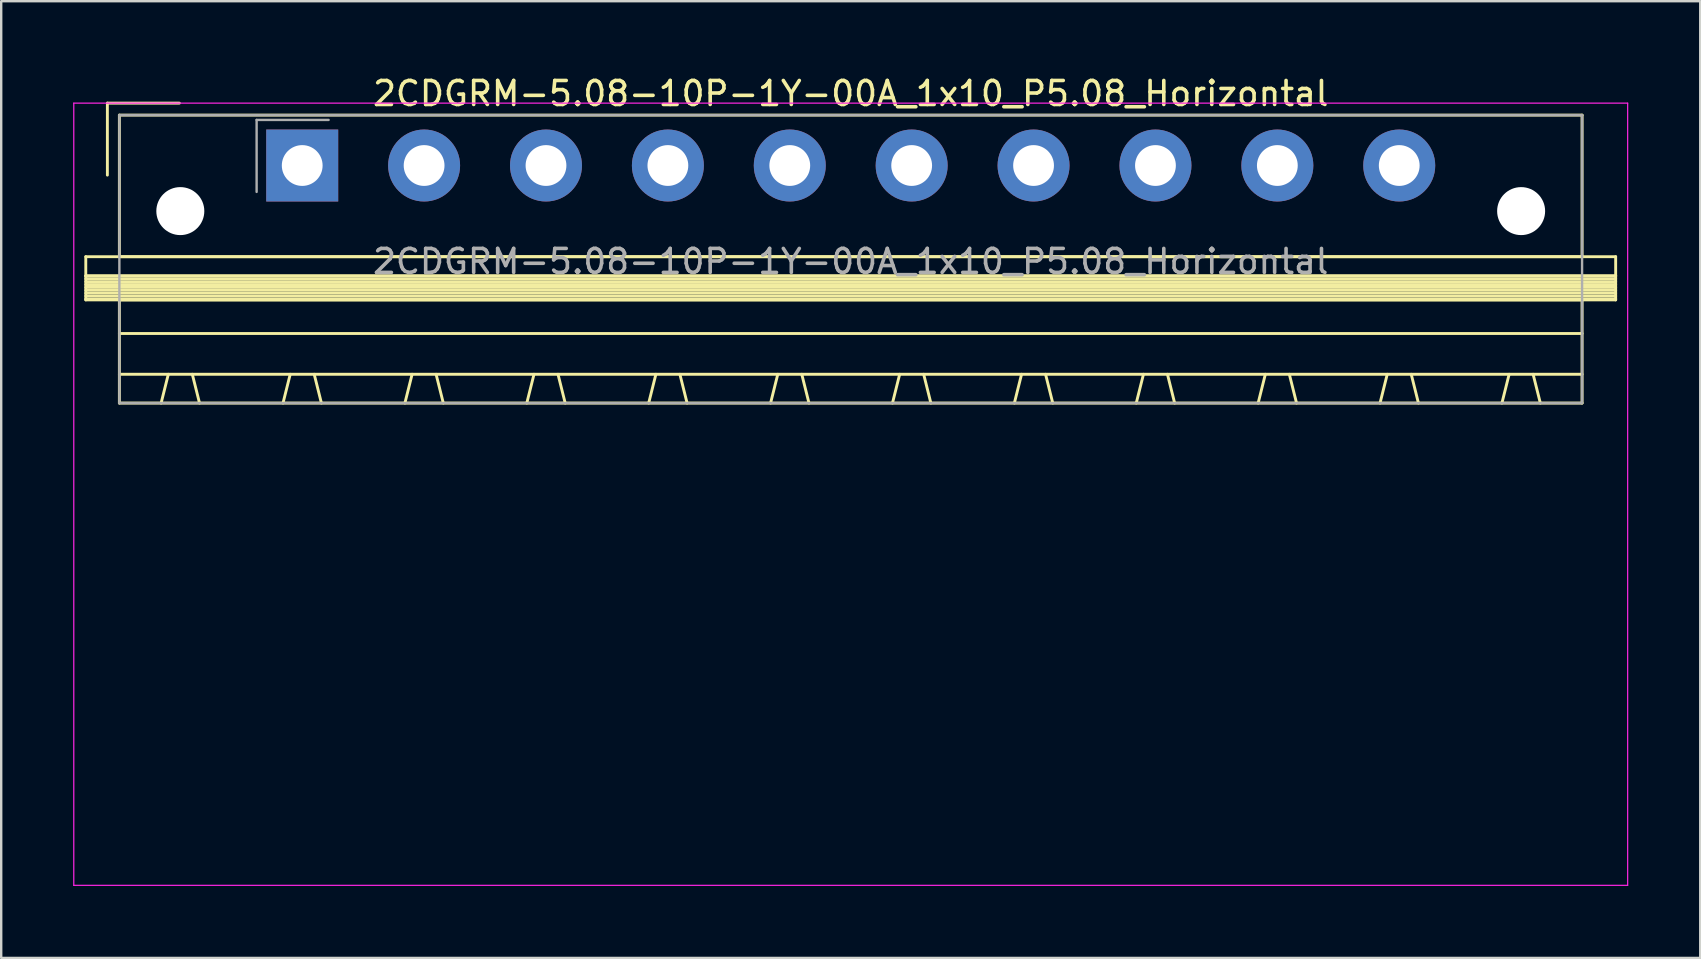
<source format=kicad_pcb>
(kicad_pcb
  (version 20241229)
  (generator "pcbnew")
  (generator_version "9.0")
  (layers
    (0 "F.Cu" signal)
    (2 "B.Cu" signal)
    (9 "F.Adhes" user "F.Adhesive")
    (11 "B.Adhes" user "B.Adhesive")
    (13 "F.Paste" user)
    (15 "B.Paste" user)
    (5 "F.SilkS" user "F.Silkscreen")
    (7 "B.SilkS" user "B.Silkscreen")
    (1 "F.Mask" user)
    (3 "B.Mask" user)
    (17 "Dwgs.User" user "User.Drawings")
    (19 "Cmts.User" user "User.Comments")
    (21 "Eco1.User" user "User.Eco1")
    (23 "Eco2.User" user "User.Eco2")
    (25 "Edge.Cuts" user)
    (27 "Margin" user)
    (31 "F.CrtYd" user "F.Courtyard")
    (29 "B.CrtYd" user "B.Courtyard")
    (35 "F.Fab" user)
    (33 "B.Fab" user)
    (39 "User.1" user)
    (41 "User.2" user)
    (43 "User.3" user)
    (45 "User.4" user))
  (footprint "2CDGRM-5.08-10P-1Y-00A_1x10_P5.08_Horizontal"
    (layer "F.Cu")
    (at 9.545 3.848)
    (property "Reference" "2CDGRM-5.08-10P-1Y-00A_1x10_P5.08_Horizontal" (at 22.86 -3 0) (layer "F.SilkS") (effects (font (size 1 1) (thickness 0.15))))
    (attr through_hole)
    (fp_line (start -9.02 3.8) (end -9.02 4.6) (stroke (width 0.12) (type solid)) (layer "F.SilkS"))
    (fp_line (start -9.02 4.6) (end -9.02 5.6) (stroke (width 0.12) (type solid)) (layer "F.SilkS"))
    (fp_line (start -9.02 4.6) (end 54.74 4.6) (stroke (width 0.12) (type solid)) (layer "F.SilkS"))
    (fp_line (start -9.02 4.72) (end 54.74 4.72) (stroke (width 0.12) (type solid)) (layer "F.SilkS"))
    (fp_line (start -9.02 4.84) (end 54.74 4.84) (stroke (width 0.12) (type solid)) (layer "F.SilkS"))
    (fp_line (start -9.02 4.96) (end 54.74 4.96) (stroke (width 0.12) (type solid)) (layer "F.SilkS"))
    (fp_line (start -9.02 5.08) (end 54.74 5.08) (stroke (width 0.12) (type solid)) (layer "F.SilkS"))
    (fp_line (start -9.02 5.2) (end 54.74 5.2) (stroke (width 0.12) (type solid)) (layer "F.SilkS"))
    (fp_line (start -9.02 5.32) (end 54.74 5.32) (stroke (width 0.12) (type solid)) (layer "F.SilkS"))
    (fp_line (start -9.02 5.44) (end 54.74 5.44) (stroke (width 0.12) (type solid)) (layer "F.SilkS"))
    (fp_line (start -9.02 5.56) (end 54.74 5.56) (stroke (width 0.12) (type solid)) (layer "F.SilkS"))
    (fp_line (start -9.02 5.6) (end 54.74 5.6) (stroke (width 0.12) (type solid)) (layer "F.SilkS"))
    (fp_line (start -8.12 -2.6) (end -8.12 0.4) (stroke (width 0.12) (type solid)) (layer "F.SilkS"))
    (fp_line (start -8.12 -2.6) (end -5.12 -2.6) (stroke (width 0.12) (type solid)) (layer "F.SilkS"))
    (fp_line (start -7.62 -2.1) (end -7.62 3.8) (stroke (width 0.12) (type solid)) (layer "F.SilkS"))
    (fp_line (start -7.62 3.8) (end 53.34 3.8) (stroke (width 0.12) (type solid)) (layer "F.SilkS"))
    (fp_line (start -7.62 5.6) (end -7.62 9.9) (stroke (width 0.12) (type solid)) (layer "F.SilkS"))
    (fp_line (start -7.62 7) (end 53.34 7) (stroke (width 0.12) (type solid)) (layer "F.SilkS"))
    (fp_line (start -7.62 8.7) (end 53.34 8.7) (stroke (width 0.12) (type solid)) (layer "F.SilkS"))
    (fp_line (start -7.62 9.9) (end 53.34 9.9) (stroke (width 0.12) (type solid)) (layer "F.SilkS"))
    (fp_line (start -5.58 8.7) (end -5.88 9.9) (stroke (width 0.12) (type solid)) (layer "F.SilkS"))
    (fp_line (start -4.58 8.7) (end -4.28 9.9) (stroke (width 0.12) (type solid)) (layer "F.SilkS"))
    (fp_line (start -0.5 8.7) (end -0.8 9.9) (stroke (width 0.12) (type solid)) (layer "F.SilkS"))
    (fp_line (start 0.5 8.7) (end 0.8 9.9) (stroke (width 0.12) (type solid)) (layer "F.SilkS"))
    (fp_line (start 4.58 8.7) (end 4.28 9.9) (stroke (width 0.12) (type solid)) (layer "F.SilkS"))
    (fp_line (start 5.58 8.7) (end 5.88 9.9) (stroke (width 0.12) (type solid)) (layer "F.SilkS"))
    (fp_line (start 9.66 8.7) (end 9.36 9.9) (stroke (width 0.12) (type solid)) (layer "F.SilkS"))
    (fp_line (start 10.66 8.7) (end 10.96 9.9) (stroke (width 0.12) (type solid)) (layer "F.SilkS"))
    (fp_line (start 14.74 8.7) (end 14.44 9.9) (stroke (width 0.12) (type solid)) (layer "F.SilkS"))
    (fp_line (start 15.74 8.7) (end 16.04 9.9) (stroke (width 0.12) (type solid)) (layer "F.SilkS"))
    (fp_line (start 19.82 8.7) (end 19.52 9.9) (stroke (width 0.12) (type solid)) (layer "F.SilkS"))
    (fp_line (start 20.82 8.7) (end 21.12 9.9) (stroke (width 0.12) (type solid)) (layer "F.SilkS"))
    (fp_line (start 24.9 8.7) (end 24.6 9.9) (stroke (width 0.12) (type solid)) (layer "F.SilkS"))
    (fp_line (start 25.9 8.7) (end 26.2 9.9) (stroke (width 0.12) (type solid)) (layer "F.SilkS"))
    (fp_line (start 29.98 8.7) (end 29.68 9.9) (stroke (width 0.12) (type solid)) (layer "F.SilkS"))
    (fp_line (start 30.98 8.7) (end 31.28 9.9) (stroke (width 0.12) (type solid)) (layer "F.SilkS"))
    (fp_line (start 35.06 8.7) (end 34.76 9.9) (stroke (width 0.12) (type solid)) (layer "F.SilkS"))
    (fp_line (start 36.06 8.7) (end 36.36 9.9) (stroke (width 0.12) (type solid)) (layer "F.SilkS"))
    (fp_line (start 40.14 8.7) (end 39.84 9.9) (stroke (width 0.12) (type solid)) (layer "F.SilkS"))
    (fp_line (start 41.14 8.7) (end 41.44 9.9) (stroke (width 0.12) (type solid)) (layer "F.SilkS"))
    (fp_line (start 45.22 8.7) (end 44.92 9.9) (stroke (width 0.12) (type solid)) (layer "F.SilkS"))
    (fp_line (start 46.22 8.7) (end 46.52 9.9) (stroke (width 0.12) (type solid)) (layer "F.SilkS"))
    (fp_line (start 50.3 8.7) (end 50 9.9) (stroke (width 0.12) (type solid)) (layer "F.SilkS"))
    (fp_line (start 51.3 8.7) (end 51.6 9.9) (stroke (width 0.12) (type solid)) (layer "F.SilkS"))
    (fp_line (start 53.34 -2.1) (end -7.62 -2.1) (stroke (width 0.12) (type solid)) (layer "F.SilkS"))
    (fp_line (start 53.34 3.8) (end 53.34 -2.1) (stroke (width 0.12) (type solid)) (layer "F.SilkS"))
    (fp_line (start 53.34 5.6) (end -7.62 5.6) (stroke (width 0.12) (type solid)) (layer "F.SilkS"))
    (fp_line (start 53.34 9.9) (end 53.34 5.6) (stroke (width 0.12) (type solid)) (layer "F.SilkS"))
    (fp_line (start 54.74 3.8) (end -9.02 3.8) (stroke (width 0.12) (type solid)) (layer "F.SilkS"))
    (fp_line (start 54.74 4.6) (end -9.02 4.6) (stroke (width 0.12) (type solid)) (layer "F.SilkS"))
    (fp_line (start 54.74 4.6) (end 54.74 3.8) (stroke (width 0.12) (type solid)) (layer "F.SilkS"))
    (fp_line (start 54.74 5.6) (end 54.74 4.6) (stroke (width 0.12) (type solid)) (layer "F.SilkS"))
    (fp_line (start -9.52 -2.6) (end -9.52 30) (stroke (width 0.05) (type solid)) (layer "F.CrtYd"))
    (fp_line (start -9.52 30) (end 55.24 30) (stroke (width 0.05) (type solid)) (layer "F.CrtYd"))
    (fp_line (start 55.24 -2.6) (end -9.52 -2.6) (stroke (width 0.05) (type solid)) (layer "F.CrtYd"))
    (fp_line (start 55.24 30) (end 55.24 -2.6) (stroke (width 0.05) (type solid)) (layer "F.CrtYd"))
    (fp_line (start -7.62 -2.1) (end -7.62 9.9) (stroke (width 0.1) (type solid)) (layer "F.Fab"))
    (fp_line (start -7.62 9.9) (end 53.34 9.9) (stroke (width 0.1) (type solid)) (layer "F.Fab"))
    (fp_line (start -1.9 -1.9) (end -1.9 1.1) (stroke (width 0.1) (type solid)) (layer "F.Fab"))
    (fp_line (start -1.9 -1.9) (end 1.1 -1.9) (stroke (width 0.1) (type solid)) (layer "F.Fab"))
    (fp_line (start 53.34 -2.1) (end -7.62 -2.1) (stroke (width 0.1) (type solid)) (layer "F.Fab"))
    (fp_line (start 53.34 9.9) (end 53.34 -2.1) (stroke (width 0.1) (type solid)) (layer "F.Fab"))
    (fp_text user "${REFERENCE}" (at 22.86 4 0) (layer "F.Fab") (effects (font (size 1 1) (thickness 0.15))))
    (pad "" np_thru_hole circle (at -5.08 1.9) (size 2 2) (drill 2) (layers "*.Cu" "*.Mask"))
    (pad "" np_thru_hole circle (at 50.8 1.9) (size 2 2) (drill 2) (layers "*.Cu" "*.Mask"))
    (pad "1" thru_hole rect (at 0 0) (size 3 3) (drill 1.7) (layers "*.Cu" "*.Mask"))
    (pad "2" thru_hole circle (at 5.08 0) (size 3 3) (drill 1.7) (layers "*.Cu" "*.Mask"))
    (pad "3" thru_hole circle (at 10.16 0) (size 3 3) (drill 1.7) (layers "*.Cu" "*.Mask"))
    (pad "4" thru_hole circle (at 15.24 0) (size 3 3) (drill 1.7) (layers "*.Cu" "*.Mask"))
    (pad "5" thru_hole circle (at 20.32 0) (size 3 3) (drill 1.7) (layers "*.Cu" "*.Mask"))
    (pad "6" thru_hole circle (at 25.4 0) (size 3 3) (drill 1.7) (layers "*.Cu" "*.Mask"))
    (pad "7" thru_hole circle (at 30.48 0) (size 3 3) (drill 1.7) (layers "*.Cu" "*.Mask"))
    (pad "8" thru_hole circle (at 35.56 0) (size 3 3) (drill 1.7) (layers "*.Cu" "*.Mask"))
    (pad "9" thru_hole circle (at 40.64 0) (size 3 3) (drill 1.7) (layers "*.Cu" "*.Mask"))
    (pad "10" thru_hole circle (at 45.72 0) (size 3 3) (drill 1.7) (layers "*.Cu" "*.Mask")))
  (gr_rect
    (start -3 -3)
    (end 67.81 36.873)
    (stroke (width 0.1) (type default))
    (fill no)
    (layer "Edge.Cuts")))
</source>
